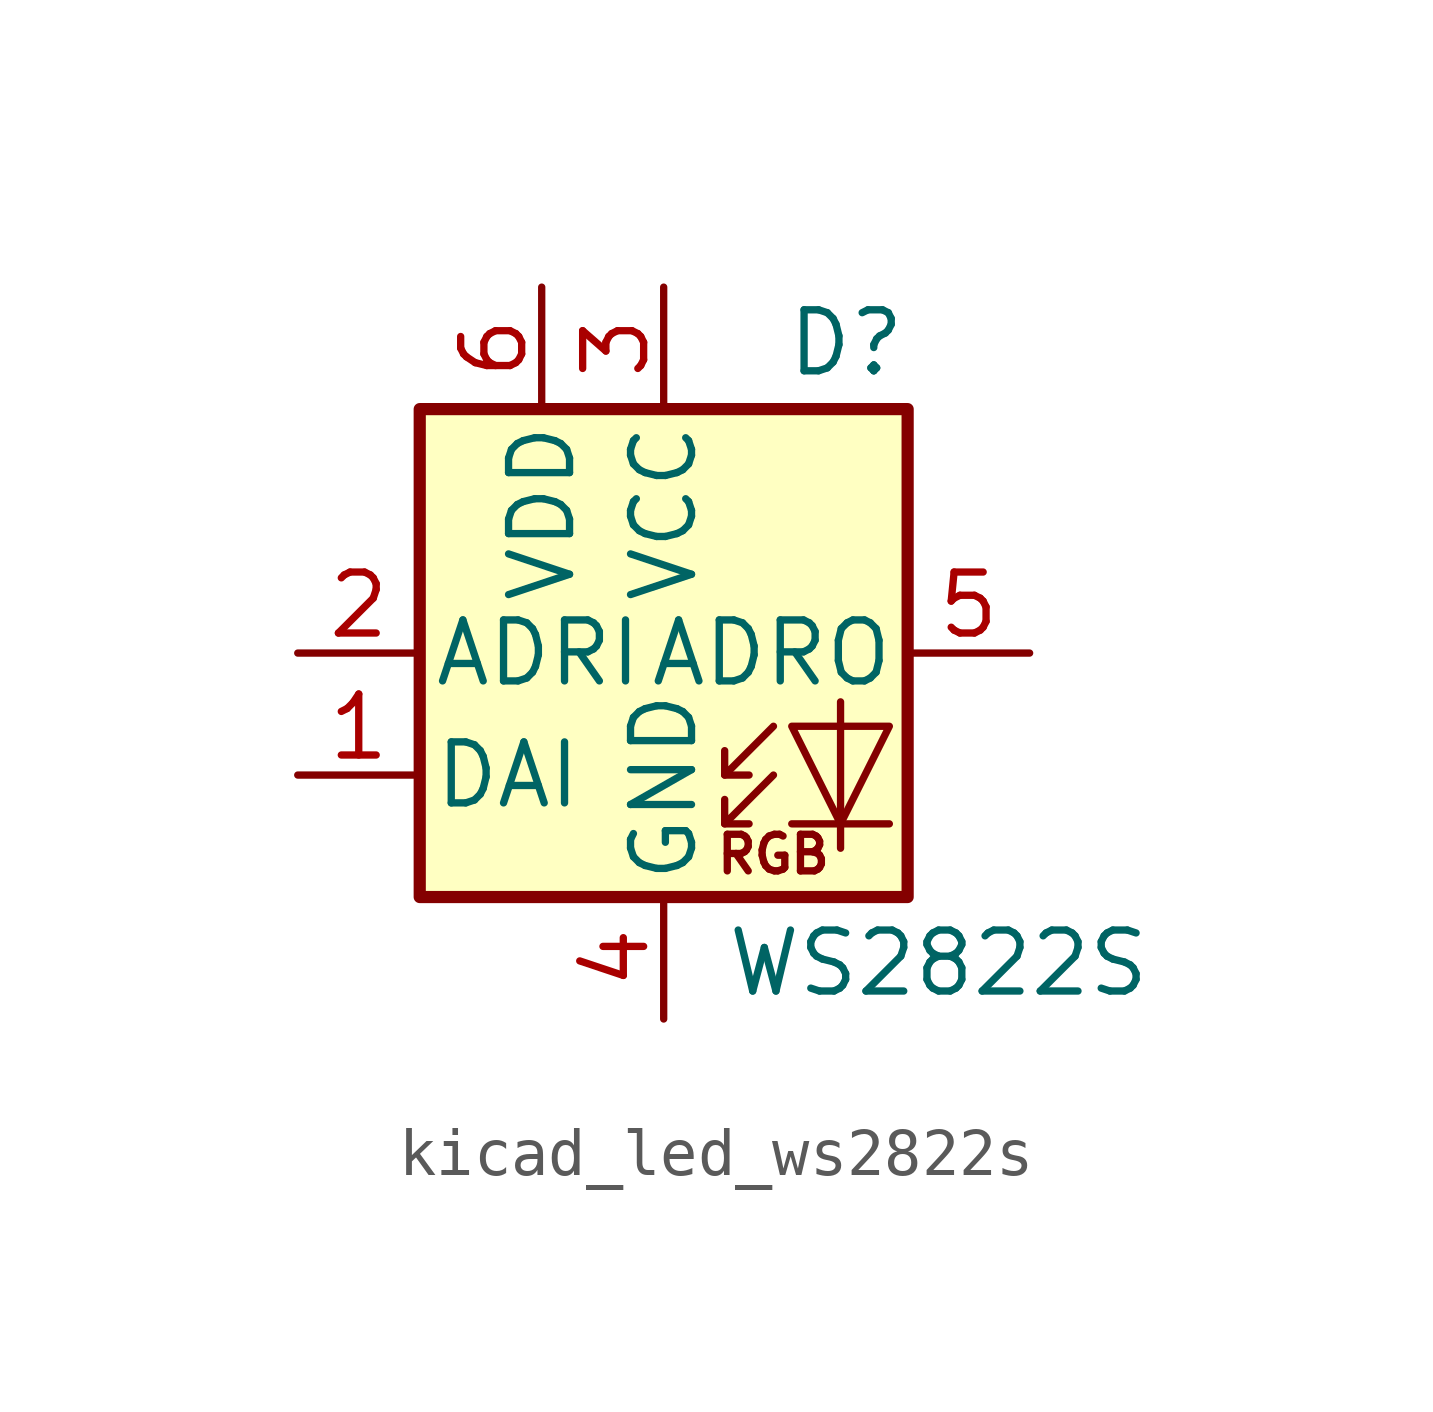
<source format=kicad_sym>
(kicad_symbol_lib
  (version 20220914)
  (generator kicad_symbol_editor)
  (symbol "kicad_led_ws2822s"
    (pin_names
      (offset 0.254))
    (property "Reference" "D"
      (at 5.08 5.715 0)
      (effects (font (size 1.27 1.27)) (justify right bottom)))
    (property "Value" "WS2822S"
      (at 1.27 -5.715 0)
      (effects (font (size 1.27 1.27)) (justify left top)))
    (symbol "kicad_led_ws2822s_0_0"
      (text "RGB" (at 2.286 -4.191 0) (effects (font (size 0.762 0.762)))))
    (symbol "kicad_led_ws2822s_0_1"
      (rectangle (start -5.08 5.08) (end 5.08 -5.08) (stroke (width 0.254) (type default)) (fill (type background)))
      (polyline (pts (xy 1.27 -3.556) (xy 1.778 -3.556)) (stroke (width 0) (type default)) (fill (type none)))
      (polyline (pts (xy 1.27 -2.54) (xy 1.778 -2.54)) (stroke (width 0) (type default)) (fill (type none)))
      (polyline (pts (xy 4.699 -3.556) (xy 2.667 -3.556)) (stroke (width 0) (type default)) (fill (type none)))
      (polyline (pts (xy 2.286 -2.54) (xy 1.27 -3.556) (xy 1.27 -3.048)) (stroke (width 0) (type default)) (fill (type none)))
      (polyline (pts (xy 2.286 -1.524) (xy 1.27 -2.54) (xy 1.27 -2.032)) (stroke (width 0) (type default)) (fill (type none)))
      (polyline (pts (xy 3.683 -1.016) (xy 3.683 -3.556) (xy 3.683 -4.064)) (stroke (width 0) (type default)) (fill (type none)))
      (polyline (pts (xy 4.699 -1.524) (xy 2.667 -1.524) (xy 3.683 -3.556) (xy 4.699 -1.524)) (stroke (width 0) (type default)) (fill (type none))))
    (symbol "kicad_led_ws2822s_1_1"
      (pin input line (at -7.62 -2.54 0) (length 2.54) (name "DAI" (effects (font (size 1.27 1.27)))) (number "1" (effects (font (size 1.27 1.27)))))
      (pin input line (at -7.62 0 0) (length 2.54) (name "ADRI" (effects (font (size 1.27 1.27)))) (number "2" (effects (font (size 1.27 1.27)))))
      (pin power_in line (at 0 7.62 270) (length 2.54) (name "VCC" (effects (font (size 1.27 1.27)))) (number "3" (effects (font (size 1.27 1.27)))))
      (pin power_in line (at 0 -7.62 90) (length 2.54) (name "GND" (effects (font (size 1.27 1.27)))) (number "4" (effects (font (size 1.27 1.27)))))
      (pin output line (at 7.62 0 180) (length 2.54) (name "ADRO" (effects (font (size 1.27 1.27)))) (number "5" (effects (font (size 1.27 1.27)))))
      (pin power_in line (at -2.54 7.62 270) (length 2.54) (name "VDD" (effects (font (size 1.27 1.27)))) (number "6" (effects (font (size 1.27 1.27))))))))
</source>
